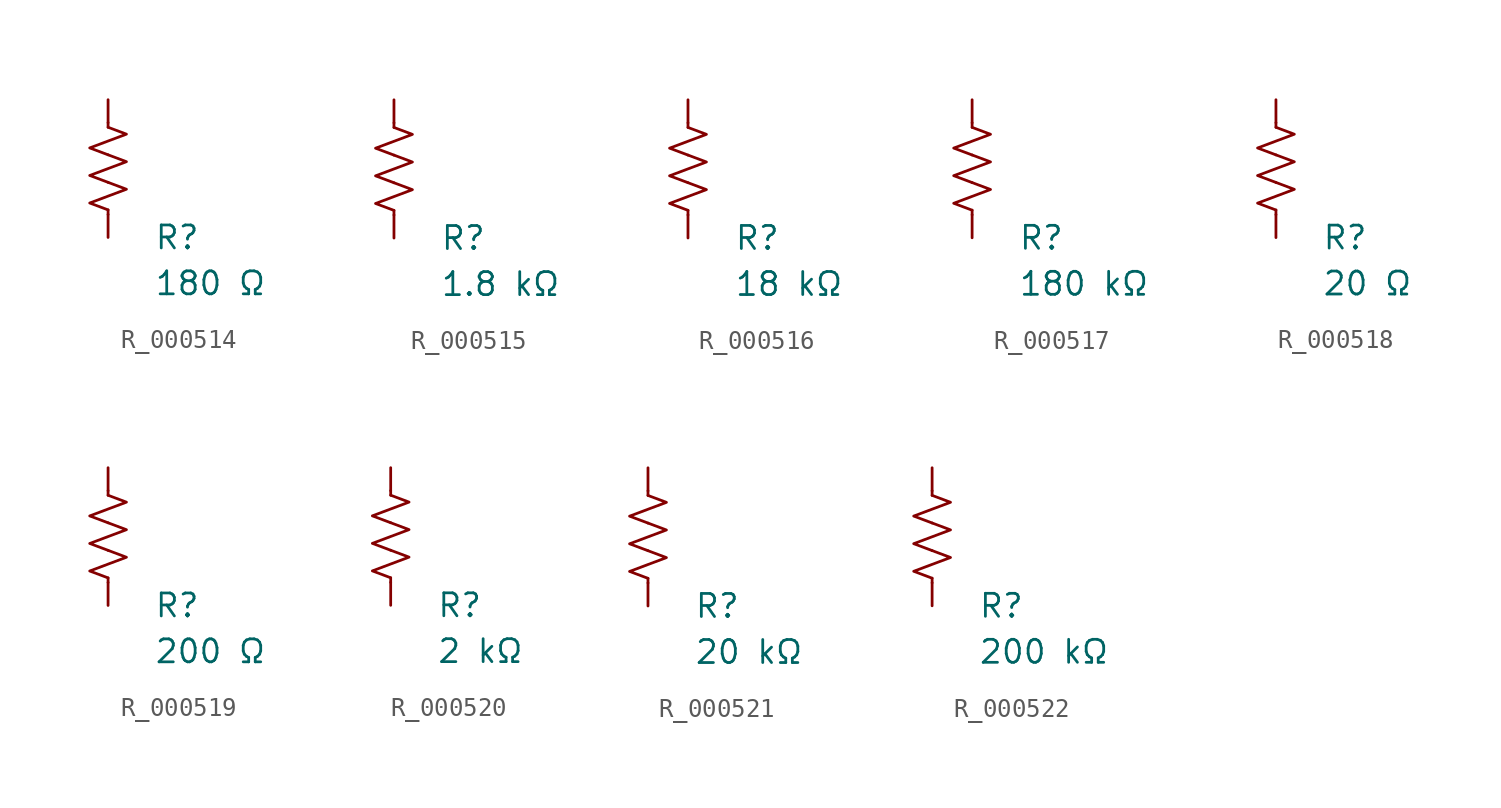
<source format=kicad_sym>
(kicad_symbol_lib
  (version 20231120)
  (generator "kicad_symbol_editor")
  (generator_version "8.0")
  (symbol "R_000514"
    (pin_numbers hide)
    (pin_names
      (offset 0))
    (property "Reference" "R"
      (at 2.54 -3.81 0)
      (effects (font (size 1.27 1.27)) (justify left))
      (show_name no))
    (property "Value" "180 Ω"
      (at 2.54 -6.35 0)
      (effects (font (size 1.27 1.27)) (justify left))
      (show_name no))
    (symbol "R_000514_0_1"
      (polyline (pts (xy 0 -2.286) (xy 0 -2.54)) (stroke (width 0) (type default)) (fill (type none)))
      (polyline (pts (xy 0 2.286) (xy 0 2.54)) (stroke (width 0) (type default)) (fill (type none)))
      (polyline (pts (xy 0 -0.762) (xy 1.016 -1.143) (xy 0 -1.524) (xy -1.016 -1.905) (xy 0 -2.286)) (stroke (width 0) (type default)) (fill (type none)))
      (polyline (pts (xy 0 0.762) (xy 1.016 0.381) (xy 0 0) (xy -1.016 -0.381) (xy 0 -0.762)) (stroke (width 0) (type default)) (fill (type none)))
      (polyline (pts (xy 0 2.286) (xy 1.016 1.905) (xy 0 1.524) (xy -1.016 1.143) (xy 0 0.762)) (stroke (width 0) (type default)) (fill (type none))))
    (symbol "R_000514_1_1"
      (pin passive line (at 0 3.81 270) (length 1.27) (name "~" (effects (font (size 1.27 1.27)))) (number "1" (effects (font (size 1.27 1.27)))))
      (pin passive line (at 0 -3.81 90) (length 1.27) (name "~" (effects (font (size 1.27 1.27)))) (number "2" (effects (font (size 1.27 1.27)))))))
  (symbol "R_000515"
    (pin_numbers hide)
    (pin_names
      (offset 0))
    (property "Reference" "R"
      (at 2.54 -3.81 0)
      (effects (font (size 1.27 1.27)) (justify left))
      (show_name no))
    (property "Value" "1.8 kΩ"
      (at 2.54 -6.35 0)
      (effects (font (size 1.27 1.27)) (justify left))
      (show_name no))
    (symbol "R_000515_0_1"
      (polyline (pts (xy 0 -2.286) (xy 0 -2.54)) (stroke (width 0) (type default)) (fill (type none)))
      (polyline (pts (xy 0 2.286) (xy 0 2.54)) (stroke (width 0) (type default)) (fill (type none)))
      (polyline (pts (xy 0 -0.762) (xy 1.016 -1.143) (xy 0 -1.524) (xy -1.016 -1.905) (xy 0 -2.286)) (stroke (width 0) (type default)) (fill (type none)))
      (polyline (pts (xy 0 0.762) (xy 1.016 0.381) (xy 0 0) (xy -1.016 -0.381) (xy 0 -0.762)) (stroke (width 0) (type default)) (fill (type none)))
      (polyline (pts (xy 0 2.286) (xy 1.016 1.905) (xy 0 1.524) (xy -1.016 1.143) (xy 0 0.762)) (stroke (width 0) (type default)) (fill (type none))))
    (symbol "R_000515_1_1"
      (pin passive line (at 0 3.81 270) (length 1.27) (name "~" (effects (font (size 1.27 1.27)))) (number "1" (effects (font (size 1.27 1.27)))))
      (pin passive line (at 0 -3.81 90) (length 1.27) (name "~" (effects (font (size 1.27 1.27)))) (number "2" (effects (font (size 1.27 1.27)))))))
  (symbol "R_000516"
    (pin_numbers hide)
    (pin_names
      (offset 0))
    (property "Reference" "R"
      (at 2.54 -3.81 0)
      (effects (font (size 1.27 1.27)) (justify left))
      (show_name no))
    (property "Value" "18 kΩ"
      (at 2.54 -6.35 0)
      (effects (font (size 1.27 1.27)) (justify left))
      (show_name no))
    (symbol "R_000516_0_1"
      (polyline (pts (xy 0 -2.286) (xy 0 -2.54)) (stroke (width 0) (type default)) (fill (type none)))
      (polyline (pts (xy 0 2.286) (xy 0 2.54)) (stroke (width 0) (type default)) (fill (type none)))
      (polyline (pts (xy 0 -0.762) (xy 1.016 -1.143) (xy 0 -1.524) (xy -1.016 -1.905) (xy 0 -2.286)) (stroke (width 0) (type default)) (fill (type none)))
      (polyline (pts (xy 0 0.762) (xy 1.016 0.381) (xy 0 0) (xy -1.016 -0.381) (xy 0 -0.762)) (stroke (width 0) (type default)) (fill (type none)))
      (polyline (pts (xy 0 2.286) (xy 1.016 1.905) (xy 0 1.524) (xy -1.016 1.143) (xy 0 0.762)) (stroke (width 0) (type default)) (fill (type none))))
    (symbol "R_000516_1_1"
      (pin passive line (at 0 3.81 270) (length 1.27) (name "~" (effects (font (size 1.27 1.27)))) (number "1" (effects (font (size 1.27 1.27)))))
      (pin passive line (at 0 -3.81 90) (length 1.27) (name "~" (effects (font (size 1.27 1.27)))) (number "2" (effects (font (size 1.27 1.27)))))))
  (symbol "R_000517"
    (pin_numbers hide)
    (pin_names
      (offset 0))
    (property "Reference" "R"
      (at 2.54 -3.81 0)
      (effects (font (size 1.27 1.27)) (justify left))
      (show_name no))
    (property "Value" "180 kΩ"
      (at 2.54 -6.35 0)
      (effects (font (size 1.27 1.27)) (justify left))
      (show_name no))
    (symbol "R_000517_0_1"
      (polyline (pts (xy 0 -2.286) (xy 0 -2.54)) (stroke (width 0) (type default)) (fill (type none)))
      (polyline (pts (xy 0 2.286) (xy 0 2.54)) (stroke (width 0) (type default)) (fill (type none)))
      (polyline (pts (xy 0 -0.762) (xy 1.016 -1.143) (xy 0 -1.524) (xy -1.016 -1.905) (xy 0 -2.286)) (stroke (width 0) (type default)) (fill (type none)))
      (polyline (pts (xy 0 0.762) (xy 1.016 0.381) (xy 0 0) (xy -1.016 -0.381) (xy 0 -0.762)) (stroke (width 0) (type default)) (fill (type none)))
      (polyline (pts (xy 0 2.286) (xy 1.016 1.905) (xy 0 1.524) (xy -1.016 1.143) (xy 0 0.762)) (stroke (width 0) (type default)) (fill (type none))))
    (symbol "R_000517_1_1"
      (pin passive line (at 0 3.81 270) (length 1.27) (name "~" (effects (font (size 1.27 1.27)))) (number "1" (effects (font (size 1.27 1.27)))))
      (pin passive line (at 0 -3.81 90) (length 1.27) (name "~" (effects (font (size 1.27 1.27)))) (number "2" (effects (font (size 1.27 1.27)))))))
  (symbol "R_000518"
    (pin_numbers hide)
    (pin_names
      (offset 0))
    (property "Reference" "R"
      (at 2.54 -3.81 0)
      (effects (font (size 1.27 1.27)) (justify left))
      (show_name no))
    (property "Value" "20 Ω"
      (at 2.54 -6.35 0)
      (effects (font (size 1.27 1.27)) (justify left))
      (show_name no))
    (symbol "R_000518_0_1"
      (polyline (pts (xy 0 -2.286) (xy 0 -2.54)) (stroke (width 0) (type default)) (fill (type none)))
      (polyline (pts (xy 0 2.286) (xy 0 2.54)) (stroke (width 0) (type default)) (fill (type none)))
      (polyline (pts (xy 0 -0.762) (xy 1.016 -1.143) (xy 0 -1.524) (xy -1.016 -1.905) (xy 0 -2.286)) (stroke (width 0) (type default)) (fill (type none)))
      (polyline (pts (xy 0 0.762) (xy 1.016 0.381) (xy 0 0) (xy -1.016 -0.381) (xy 0 -0.762)) (stroke (width 0) (type default)) (fill (type none)))
      (polyline (pts (xy 0 2.286) (xy 1.016 1.905) (xy 0 1.524) (xy -1.016 1.143) (xy 0 0.762)) (stroke (width 0) (type default)) (fill (type none))))
    (symbol "R_000518_1_1"
      (pin passive line (at 0 3.81 270) (length 1.27) (name "~" (effects (font (size 1.27 1.27)))) (number "1" (effects (font (size 1.27 1.27)))))
      (pin passive line (at 0 -3.81 90) (length 1.27) (name "~" (effects (font (size 1.27 1.27)))) (number "2" (effects (font (size 1.27 1.27)))))))
  (symbol "R_000519"
    (pin_numbers hide)
    (pin_names
      (offset 0))
    (property "Reference" "R"
      (at 2.54 -3.81 0)
      (effects (font (size 1.27 1.27)) (justify left))
      (show_name no))
    (property "Value" "200 Ω"
      (at 2.54 -6.35 0)
      (effects (font (size 1.27 1.27)) (justify left))
      (show_name no))
    (symbol "R_000519_0_1"
      (polyline (pts (xy 0 -2.286) (xy 0 -2.54)) (stroke (width 0) (type default)) (fill (type none)))
      (polyline (pts (xy 0 2.286) (xy 0 2.54)) (stroke (width 0) (type default)) (fill (type none)))
      (polyline (pts (xy 0 -0.762) (xy 1.016 -1.143) (xy 0 -1.524) (xy -1.016 -1.905) (xy 0 -2.286)) (stroke (width 0) (type default)) (fill (type none)))
      (polyline (pts (xy 0 0.762) (xy 1.016 0.381) (xy 0 0) (xy -1.016 -0.381) (xy 0 -0.762)) (stroke (width 0) (type default)) (fill (type none)))
      (polyline (pts (xy 0 2.286) (xy 1.016 1.905) (xy 0 1.524) (xy -1.016 1.143) (xy 0 0.762)) (stroke (width 0) (type default)) (fill (type none))))
    (symbol "R_000519_1_1"
      (pin passive line (at 0 3.81 270) (length 1.27) (name "~" (effects (font (size 1.27 1.27)))) (number "1" (effects (font (size 1.27 1.27)))))
      (pin passive line (at 0 -3.81 90) (length 1.27) (name "~" (effects (font (size 1.27 1.27)))) (number "2" (effects (font (size 1.27 1.27)))))))
  (symbol "R_000520"
    (pin_numbers hide)
    (pin_names
      (offset 0))
    (property "Reference" "R"
      (at 2.54 -3.81 0)
      (effects (font (size 1.27 1.27)) (justify left))
      (show_name no))
    (property "Value" "2 kΩ"
      (at 2.54 -6.35 0)
      (effects (font (size 1.27 1.27)) (justify left))
      (show_name no))
    (symbol "R_000520_0_1"
      (polyline (pts (xy 0 -2.286) (xy 0 -2.54)) (stroke (width 0) (type default)) (fill (type none)))
      (polyline (pts (xy 0 2.286) (xy 0 2.54)) (stroke (width 0) (type default)) (fill (type none)))
      (polyline (pts (xy 0 -0.762) (xy 1.016 -1.143) (xy 0 -1.524) (xy -1.016 -1.905) (xy 0 -2.286)) (stroke (width 0) (type default)) (fill (type none)))
      (polyline (pts (xy 0 0.762) (xy 1.016 0.381) (xy 0 0) (xy -1.016 -0.381) (xy 0 -0.762)) (stroke (width 0) (type default)) (fill (type none)))
      (polyline (pts (xy 0 2.286) (xy 1.016 1.905) (xy 0 1.524) (xy -1.016 1.143) (xy 0 0.762)) (stroke (width 0) (type default)) (fill (type none))))
    (symbol "R_000520_1_1"
      (pin passive line (at 0 3.81 270) (length 1.27) (name "~" (effects (font (size 1.27 1.27)))) (number "1" (effects (font (size 1.27 1.27)))))
      (pin passive line (at 0 -3.81 90) (length 1.27) (name "~" (effects (font (size 1.27 1.27)))) (number "2" (effects (font (size 1.27 1.27)))))))
  (symbol "R_000521"
    (pin_numbers hide)
    (pin_names
      (offset 0))
    (property "Reference" "R"
      (at 2.54 -3.81 0)
      (effects (font (size 1.27 1.27)) (justify left))
      (show_name no))
    (property "Value" "20 kΩ"
      (at 2.54 -6.35 0)
      (effects (font (size 1.27 1.27)) (justify left))
      (show_name no))
    (symbol "R_000521_0_1"
      (polyline (pts (xy 0 -2.286) (xy 0 -2.54)) (stroke (width 0) (type default)) (fill (type none)))
      (polyline (pts (xy 0 2.286) (xy 0 2.54)) (stroke (width 0) (type default)) (fill (type none)))
      (polyline (pts (xy 0 -0.762) (xy 1.016 -1.143) (xy 0 -1.524) (xy -1.016 -1.905) (xy 0 -2.286)) (stroke (width 0) (type default)) (fill (type none)))
      (polyline (pts (xy 0 0.762) (xy 1.016 0.381) (xy 0 0) (xy -1.016 -0.381) (xy 0 -0.762)) (stroke (width 0) (type default)) (fill (type none)))
      (polyline (pts (xy 0 2.286) (xy 1.016 1.905) (xy 0 1.524) (xy -1.016 1.143) (xy 0 0.762)) (stroke (width 0) (type default)) (fill (type none))))
    (symbol "R_000521_1_1"
      (pin passive line (at 0 3.81 270) (length 1.27) (name "~" (effects (font (size 1.27 1.27)))) (number "1" (effects (font (size 1.27 1.27)))))
      (pin passive line (at 0 -3.81 90) (length 1.27) (name "~" (effects (font (size 1.27 1.27)))) (number "2" (effects (font (size 1.27 1.27)))))))
  (symbol "R_000522"
    (pin_numbers hide)
    (pin_names
      (offset 0))
    (property "Reference" "R"
      (at 2.54 -3.81 0)
      (effects (font (size 1.27 1.27)) (justify left))
      (show_name no))
    (property "Value" "200 kΩ"
      (at 2.54 -6.35 0)
      (effects (font (size 1.27 1.27)) (justify left))
      (show_name no))
    (symbol "R_000522_0_1"
      (polyline (pts (xy 0 -2.286) (xy 0 -2.54)) (stroke (width 0) (type default)) (fill (type none)))
      (polyline (pts (xy 0 2.286) (xy 0 2.54)) (stroke (width 0) (type default)) (fill (type none)))
      (polyline (pts (xy 0 -0.762) (xy 1.016 -1.143) (xy 0 -1.524) (xy -1.016 -1.905) (xy 0 -2.286)) (stroke (width 0) (type default)) (fill (type none)))
      (polyline (pts (xy 0 0.762) (xy 1.016 0.381) (xy 0 0) (xy -1.016 -0.381) (xy 0 -0.762)) (stroke (width 0) (type default)) (fill (type none)))
      (polyline (pts (xy 0 2.286) (xy 1.016 1.905) (xy 0 1.524) (xy -1.016 1.143) (xy 0 0.762)) (stroke (width 0) (type default)) (fill (type none))))
    (symbol "R_000522_1_1"
      (pin passive line (at 0 3.81 270) (length 1.27) (name "~" (effects (font (size 1.27 1.27)))) (number "1" (effects (font (size 1.27 1.27)))))
      (pin passive line (at 0 -3.81 90) (length 1.27) (name "~" (effects (font (size 1.27 1.27)))) (number "2" (effects (font (size 1.27 1.27))))))))
</source>
